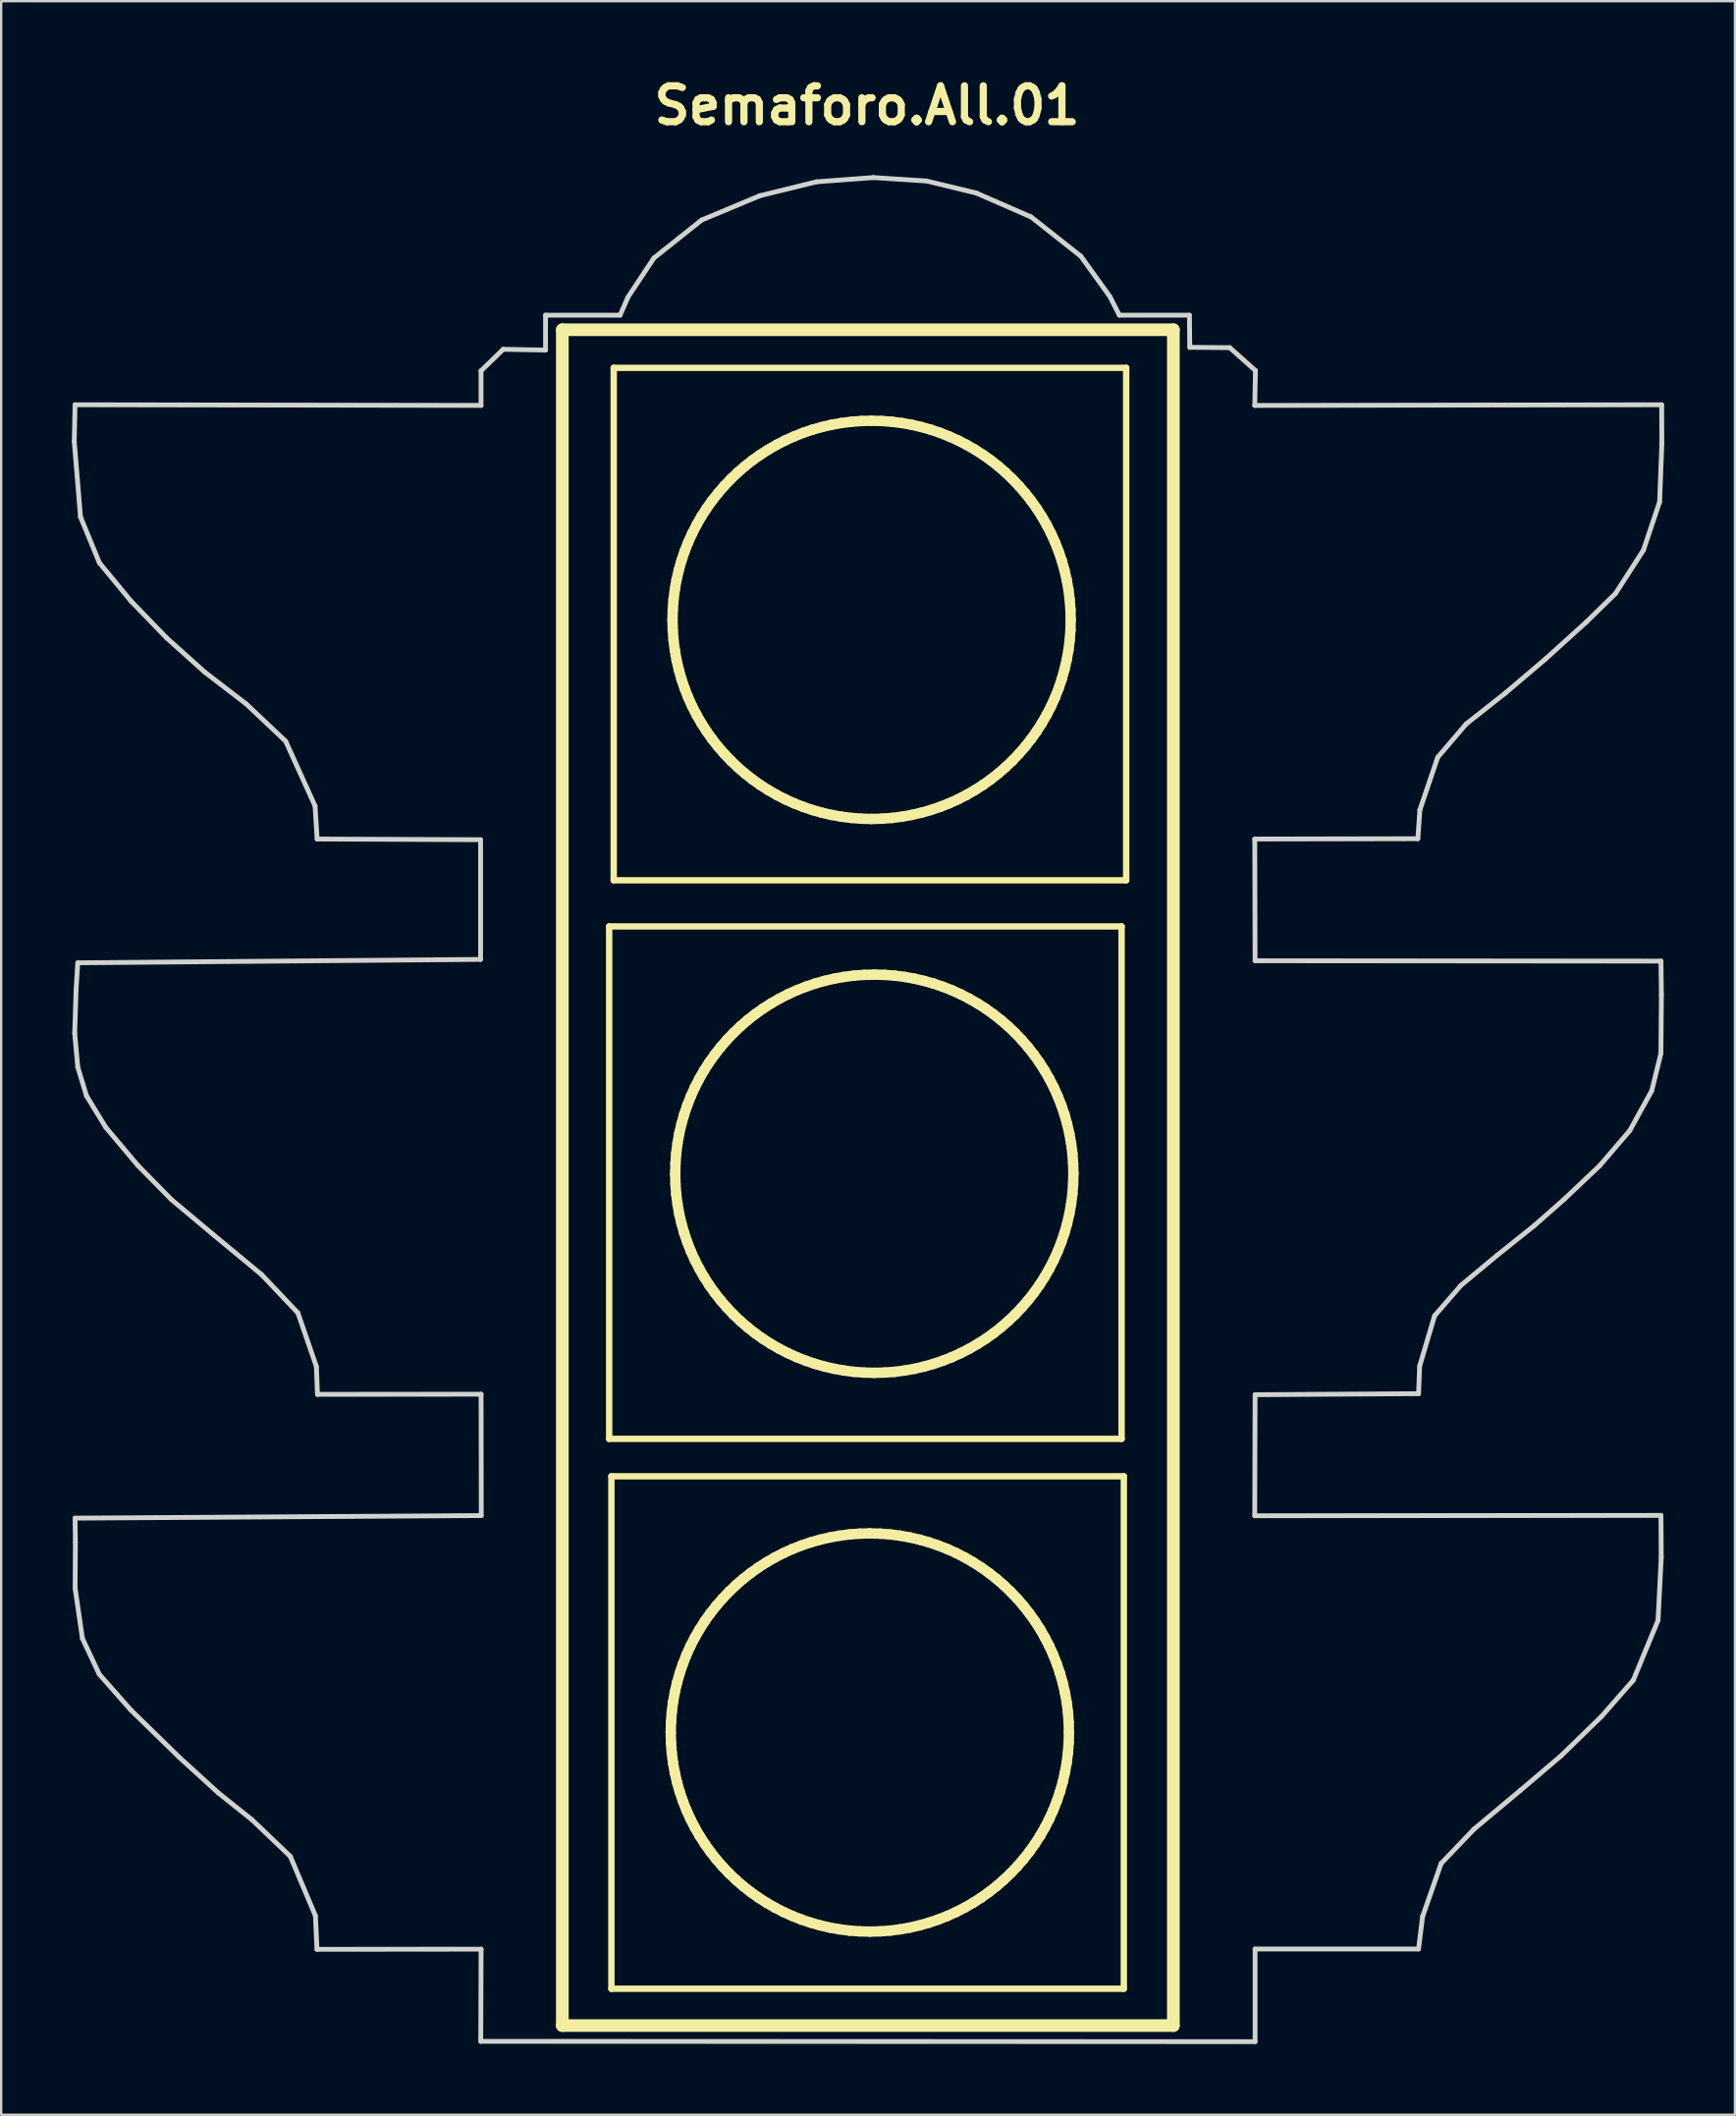
<source format=kicad_pcb>
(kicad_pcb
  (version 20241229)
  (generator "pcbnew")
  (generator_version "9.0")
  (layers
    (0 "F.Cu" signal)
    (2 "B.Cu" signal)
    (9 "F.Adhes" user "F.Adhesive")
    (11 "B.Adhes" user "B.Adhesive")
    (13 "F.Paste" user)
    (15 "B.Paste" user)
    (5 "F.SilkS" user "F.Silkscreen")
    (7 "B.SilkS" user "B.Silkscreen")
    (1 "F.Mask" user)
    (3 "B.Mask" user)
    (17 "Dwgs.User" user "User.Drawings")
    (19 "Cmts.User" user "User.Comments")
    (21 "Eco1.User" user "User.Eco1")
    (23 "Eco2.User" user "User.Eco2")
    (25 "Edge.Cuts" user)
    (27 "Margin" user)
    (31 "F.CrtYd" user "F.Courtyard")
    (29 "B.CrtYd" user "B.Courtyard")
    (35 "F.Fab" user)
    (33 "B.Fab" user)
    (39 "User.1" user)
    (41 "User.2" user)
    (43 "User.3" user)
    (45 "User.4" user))
  (footprint "Semaforo.All.01"
    (layer "F.Cu")
    (at 33.751 44.042)
    (property "Reference" "Semaforo.All.01" (at 0 -42.615 0) (layer "F.SilkS") (effects (font (size 1.524 1.524) (thickness 0.305))))
    (attr smd)
    (fp_line (start -12.933 -33.095) (end 13.003 -33.095) (stroke (width 0.538) (type solid)) (layer "F.SilkS"))
    (fp_line (start -12.933 38.884) (end -12.933 -33.095) (stroke (width 0.538) (type solid)) (layer "F.SilkS"))
    (fp_line (start -10.945 -7.77) (end 10.806 -7.77) (stroke (width 0.271) (type solid)) (layer "F.SilkS"))
    (fp_line (start -10.945 13.981) (end -10.945 -7.77) (stroke (width 0.271) (type solid)) (layer "F.SilkS"))
    (fp_line (start -10.85 15.57) (end 10.901 15.57) (stroke (width 0.271) (type solid)) (layer "F.SilkS"))
    (fp_line (start -10.85 37.321) (end -10.85 15.57) (stroke (width 0.271) (type solid)) (layer "F.SilkS"))
    (fp_line (start -10.751 -31.479) (end 11 -31.479) (stroke (width 0.271) (type solid)) (layer "F.SilkS"))
    (fp_line (start -10.751 -9.728) (end -10.751 -31.479) (stroke (width 0.271) (type solid)) (layer "F.SilkS"))
    (fp_line (start -8.331 26.445) (end -8.32 26.01) (stroke (width 0.441) (type solid)) (layer "F.SilkS"))
    (fp_line (start -8.32 26.01) (end -8.288 25.581) (stroke (width 0.441) (type solid)) (layer "F.SilkS"))
    (fp_line (start -8.32 26.88) (end -8.331 26.445) (stroke (width 0.441) (type solid)) (layer "F.SilkS"))
    (fp_line (start -8.288 25.581) (end -8.234 25.158) (stroke (width 0.441) (type solid)) (layer "F.SilkS"))
    (fp_line (start -8.288 27.309) (end -8.32 26.88) (stroke (width 0.441) (type solid)) (layer "F.SilkS"))
    (fp_line (start -8.256 -20.782) (end -8.245 -21.217) (stroke (width 0.441) (type solid)) (layer "F.SilkS"))
    (fp_line (start -8.245 -21.217) (end -8.213 -21.646) (stroke (width 0.441) (type solid)) (layer "F.SilkS"))
    (fp_line (start -8.245 -20.347) (end -8.256 -20.782) (stroke (width 0.441) (type solid)) (layer "F.SilkS"))
    (fp_line (start -8.234 25.158) (end -8.16 24.742) (stroke (width 0.441) (type solid)) (layer "F.SilkS"))
    (fp_line (start -8.234 27.732) (end -8.288 27.309) (stroke (width 0.441) (type solid)) (layer "F.SilkS"))
    (fp_line (start -8.213 -21.646) (end -8.159 -22.069) (stroke (width 0.441) (type solid)) (layer "F.SilkS"))
    (fp_line (start -8.213 -19.918) (end -8.245 -20.347) (stroke (width 0.441) (type solid)) (layer "F.SilkS"))
    (fp_line (start -8.16 24.742) (end -8.065 24.333) (stroke (width 0.441) (type solid)) (layer "F.SilkS"))
    (fp_line (start -8.16 28.148) (end -8.234 27.732) (stroke (width 0.441) (type solid)) (layer "F.SilkS"))
    (fp_line (start -8.159 -22.069) (end -8.085 -22.485) (stroke (width 0.441) (type solid)) (layer "F.SilkS"))
    (fp_line (start -8.159 -19.495) (end -8.213 -19.918) (stroke (width 0.441) (type solid)) (layer "F.SilkS"))
    (fp_line (start -8.142 2.727) (end -8.131 2.292) (stroke (width 0.441) (type solid)) (layer "F.SilkS"))
    (fp_line (start -8.131 2.292) (end -8.099 1.863) (stroke (width 0.441) (type solid)) (layer "F.SilkS"))
    (fp_line (start -8.131 3.162) (end -8.142 2.727) (stroke (width 0.441) (type solid)) (layer "F.SilkS"))
    (fp_line (start -8.099 1.863) (end -8.045 1.44) (stroke (width 0.441) (type solid)) (layer "F.SilkS"))
    (fp_line (start -8.099 3.591) (end -8.131 3.162) (stroke (width 0.441) (type solid)) (layer "F.SilkS"))
    (fp_line (start -8.085 -22.485) (end -7.99 -22.894) (stroke (width 0.441) (type solid)) (layer "F.SilkS"))
    (fp_line (start -8.085 -19.079) (end -8.159 -19.495) (stroke (width 0.441) (type solid)) (layer "F.SilkS"))
    (fp_line (start -8.065 24.333) (end -7.951 23.932) (stroke (width 0.441) (type solid)) (layer "F.SilkS"))
    (fp_line (start -8.065 28.557) (end -8.16 28.148) (stroke (width 0.441) (type solid)) (layer "F.SilkS"))
    (fp_line (start -8.045 1.44) (end -7.971 1.024) (stroke (width 0.441) (type solid)) (layer "F.SilkS"))
    (fp_line (start -8.045 4.014) (end -8.099 3.591) (stroke (width 0.441) (type solid)) (layer "F.SilkS"))
    (fp_line (start -7.99 -22.894) (end -7.877 -23.295) (stroke (width 0.441) (type solid)) (layer "F.SilkS"))
    (fp_line (start -7.99 -18.67) (end -8.085 -19.079) (stroke (width 0.441) (type solid)) (layer "F.SilkS"))
    (fp_line (start -7.971 1.024) (end -7.876 0.615) (stroke (width 0.441) (type solid)) (layer "F.SilkS"))
    (fp_line (start -7.971 4.43) (end -8.045 4.014) (stroke (width 0.441) (type solid)) (layer "F.SilkS"))
    (fp_line (start -7.951 23.932) (end -7.818 23.539) (stroke (width 0.441) (type solid)) (layer "F.SilkS"))
    (fp_line (start -7.951 28.958) (end -8.065 28.557) (stroke (width 0.441) (type solid)) (layer "F.SilkS"))
    (fp_line (start -7.877 -23.295) (end -7.744 -23.688) (stroke (width 0.441) (type solid)) (layer "F.SilkS"))
    (fp_line (start -7.877 -18.269) (end -7.99 -18.67) (stroke (width 0.441) (type solid)) (layer "F.SilkS"))
    (fp_line (start -7.876 0.615) (end -7.762 0.214) (stroke (width 0.441) (type solid)) (layer "F.SilkS"))
    (fp_line (start -7.876 4.839) (end -7.971 4.43) (stroke (width 0.441) (type solid)) (layer "F.SilkS"))
    (fp_line (start -7.818 23.539) (end -7.667 23.155) (stroke (width 0.441) (type solid)) (layer "F.SilkS"))
    (fp_line (start -7.818 29.351) (end -7.951 28.958) (stroke (width 0.441) (type solid)) (layer "F.SilkS"))
    (fp_line (start -7.762 0.214) (end -7.629 -0.179) (stroke (width 0.441) (type solid)) (layer "F.SilkS"))
    (fp_line (start -7.762 5.24) (end -7.876 4.839) (stroke (width 0.441) (type solid)) (layer "F.SilkS"))
    (fp_line (start -7.744 -23.688) (end -7.592 -24.072) (stroke (width 0.441) (type solid)) (layer "F.SilkS"))
    (fp_line (start -7.744 -17.876) (end -7.877 -18.269) (stroke (width 0.441) (type solid)) (layer "F.SilkS"))
    (fp_line (start -7.667 23.155) (end -7.498 22.781) (stroke (width 0.441) (type solid)) (layer "F.SilkS"))
    (fp_line (start -7.667 29.735) (end -7.818 29.351) (stroke (width 0.441) (type solid)) (layer "F.SilkS"))
    (fp_line (start -7.629 -0.179) (end -7.478 -0.563) (stroke (width 0.441) (type solid)) (layer "F.SilkS"))
    (fp_line (start -7.629 5.633) (end -7.762 5.24) (stroke (width 0.441) (type solid)) (layer "F.SilkS"))
    (fp_line (start -7.592 -24.072) (end -7.423 -24.446) (stroke (width 0.441) (type solid)) (layer "F.SilkS"))
    (fp_line (start -7.592 -17.493) (end -7.744 -17.876) (stroke (width 0.441) (type solid)) (layer "F.SilkS"))
    (fp_line (start -7.498 22.781) (end -7.311 22.417) (stroke (width 0.441) (type solid)) (layer "F.SilkS"))
    (fp_line (start -7.498 30.109) (end -7.667 29.735) (stroke (width 0.441) (type solid)) (layer "F.SilkS"))
    (fp_line (start -7.478 -0.563) (end -7.309 -0.937) (stroke (width 0.441) (type solid)) (layer "F.SilkS"))
    (fp_line (start -7.478 6.017) (end -7.629 5.633) (stroke (width 0.441) (type solid)) (layer "F.SilkS"))
    (fp_line (start -7.423 -24.446) (end -7.236 -24.811) (stroke (width 0.441) (type solid)) (layer "F.SilkS"))
    (fp_line (start -7.423 -17.118) (end -7.592 -17.493) (stroke (width 0.441) (type solid)) (layer "F.SilkS"))
    (fp_line (start -7.311 22.417) (end -7.108 22.063) (stroke (width 0.441) (type solid)) (layer "F.SilkS"))
    (fp_line (start -7.311 30.473) (end -7.498 30.109) (stroke (width 0.441) (type solid)) (layer "F.SilkS"))
    (fp_line (start -7.309 -0.937) (end -7.122 -1.301) (stroke (width 0.441) (type solid)) (layer "F.SilkS"))
    (fp_line (start -7.309 6.391) (end -7.478 6.017) (stroke (width 0.441) (type solid)) (layer "F.SilkS"))
    (fp_line (start -7.236 -24.811) (end -7.033 -25.165) (stroke (width 0.441) (type solid)) (layer "F.SilkS"))
    (fp_line (start -7.236 -16.754) (end -7.423 -17.118) (stroke (width 0.441) (type solid)) (layer "F.SilkS"))
    (fp_line (start -7.122 -1.301) (end -6.919 -1.655) (stroke (width 0.441) (type solid)) (layer "F.SilkS"))
    (fp_line (start -7.122 6.755) (end -7.309 6.391) (stroke (width 0.441) (type solid)) (layer "F.SilkS"))
    (fp_line (start -7.108 22.063) (end -6.888 21.72) (stroke (width 0.441) (type solid)) (layer "F.SilkS"))
    (fp_line (start -7.108 30.827) (end -7.311 30.473) (stroke (width 0.441) (type solid)) (layer "F.SilkS"))
    (fp_line (start -7.033 -25.165) (end -6.813 -25.507) (stroke (width 0.441) (type solid)) (layer "F.SilkS"))
    (fp_line (start -7.033 -16.4) (end -7.236 -16.754) (stroke (width 0.441) (type solid)) (layer "F.SilkS"))
    (fp_line (start -6.919 -1.655) (end -6.699 -1.998) (stroke (width 0.441) (type solid)) (layer "F.SilkS"))
    (fp_line (start -6.919 7.109) (end -7.122 6.755) (stroke (width 0.441) (type solid)) (layer "F.SilkS"))
    (fp_line (start -6.888 21.72) (end -6.652 21.389) (stroke (width 0.441) (type solid)) (layer "F.SilkS"))
    (fp_line (start -6.888 31.17) (end -7.108 30.827) (stroke (width 0.441) (type solid)) (layer "F.SilkS"))
    (fp_line (start -6.813 -25.507) (end -6.578 -25.839) (stroke (width 0.441) (type solid)) (layer "F.SilkS"))
    (fp_line (start -6.813 -16.057) (end -7.033 -16.4) (stroke (width 0.441) (type solid)) (layer "F.SilkS"))
    (fp_line (start -6.699 -1.998) (end -6.463 -2.329) (stroke (width 0.441) (type solid)) (layer "F.SilkS"))
    (fp_line (start -6.699 7.452) (end -6.919 7.109) (stroke (width 0.441) (type solid)) (layer "F.SilkS"))
    (fp_line (start -6.652 21.389) (end -6.401 21.069) (stroke (width 0.441) (type solid)) (layer "F.SilkS"))
    (fp_line (start -6.652 31.502) (end -6.888 31.17) (stroke (width 0.441) (type solid)) (layer "F.SilkS"))
    (fp_line (start -6.578 -25.839) (end -6.327 -26.158) (stroke (width 0.441) (type solid)) (layer "F.SilkS"))
    (fp_line (start -6.578 -15.726) (end -6.813 -16.057) (stroke (width 0.441) (type solid)) (layer "F.SilkS"))
    (fp_line (start -6.463 -2.329) (end -6.212 -2.649) (stroke (width 0.441) (type solid)) (layer "F.SilkS"))
    (fp_line (start -6.463 7.784) (end -6.699 7.452) (stroke (width 0.441) (type solid)) (layer "F.SilkS"))
    (fp_line (start -6.401 21.069) (end -6.136 20.763) (stroke (width 0.441) (type solid)) (layer "F.SilkS"))
    (fp_line (start -6.401 31.821) (end -6.652 31.502) (stroke (width 0.441) (type solid)) (layer "F.SilkS"))
    (fp_line (start -6.327 -26.158) (end -6.061 -26.465) (stroke (width 0.441) (type solid)) (layer "F.SilkS"))
    (fp_line (start -6.327 -15.406) (end -6.578 -15.726) (stroke (width 0.441) (type solid)) (layer "F.SilkS"))
    (fp_line (start -6.212 -2.649) (end -5.947 -2.955) (stroke (width 0.441) (type solid)) (layer "F.SilkS"))
    (fp_line (start -6.212 8.103) (end -6.463 7.784) (stroke (width 0.441) (type solid)) (layer "F.SilkS"))
    (fp_line (start -6.136 20.763) (end -5.856 20.469) (stroke (width 0.441) (type solid)) (layer "F.SilkS"))
    (fp_line (start -6.136 32.127) (end -6.401 31.821) (stroke (width 0.441) (type solid)) (layer "F.SilkS"))
    (fp_line (start -6.061 -26.465) (end -5.781 -26.758) (stroke (width 0.441) (type solid)) (layer "F.SilkS"))
    (fp_line (start -6.061 -15.1) (end -6.327 -15.406) (stroke (width 0.441) (type solid)) (layer "F.SilkS"))
    (fp_line (start -5.947 -2.955) (end -5.667 -3.249) (stroke (width 0.441) (type solid)) (layer "F.SilkS"))
    (fp_line (start -5.947 8.409) (end -6.212 8.103) (stroke (width 0.441) (type solid)) (layer "F.SilkS"))
    (fp_line (start -5.856 20.469) (end -5.562 20.189) (stroke (width 0.441) (type solid)) (layer "F.SilkS"))
    (fp_line (start -5.856 32.421) (end -6.136 32.127) (stroke (width 0.441) (type solid)) (layer "F.SilkS"))
    (fp_line (start -5.781 -26.758) (end -5.488 -27.038) (stroke (width 0.441) (type solid)) (layer "F.SilkS"))
    (fp_line (start -5.781 -14.806) (end -6.061 -15.1) (stroke (width 0.441) (type solid)) (layer "F.SilkS"))
    (fp_line (start -5.667 -3.249) (end -5.373 -3.529) (stroke (width 0.441) (type solid)) (layer "F.SilkS"))
    (fp_line (start -5.667 8.703) (end -5.947 8.409) (stroke (width 0.441) (type solid)) (layer "F.SilkS"))
    (fp_line (start -5.562 20.189) (end -5.256 19.924) (stroke (width 0.441) (type solid)) (layer "F.SilkS"))
    (fp_line (start -5.562 32.701) (end -5.856 32.421) (stroke (width 0.441) (type solid)) (layer "F.SilkS"))
    (fp_line (start -5.488 -27.038) (end -5.181 -27.304) (stroke (width 0.441) (type solid)) (layer "F.SilkS"))
    (fp_line (start -5.488 -14.527) (end -5.781 -14.806) (stroke (width 0.441) (type solid)) (layer "F.SilkS"))
    (fp_line (start -5.373 -3.529) (end -5.067 -3.794) (stroke (width 0.441) (type solid)) (layer "F.SilkS"))
    (fp_line (start -5.373 8.983) (end -5.667 8.703) (stroke (width 0.441) (type solid)) (layer "F.SilkS"))
    (fp_line (start -5.256 19.924) (end -4.937 19.673) (stroke (width 0.441) (type solid)) (layer "F.SilkS"))
    (fp_line (start -5.256 32.966) (end -5.562 32.701) (stroke (width 0.441) (type solid)) (layer "F.SilkS"))
    (fp_line (start -5.181 -27.304) (end -4.862 -27.555) (stroke (width 0.441) (type solid)) (layer "F.SilkS"))
    (fp_line (start -5.181 -14.261) (end -5.488 -14.527) (stroke (width 0.441) (type solid)) (layer "F.SilkS"))
    (fp_line (start -5.067 -3.794) (end -4.748 -4.045) (stroke (width 0.441) (type solid)) (layer "F.SilkS"))
    (fp_line (start -5.067 9.248) (end -5.373 8.983) (stroke (width 0.441) (type solid)) (layer "F.SilkS"))
    (fp_line (start -4.937 19.673) (end -4.605 19.437) (stroke (width 0.441) (type solid)) (layer "F.SilkS"))
    (fp_line (start -4.937 33.217) (end -5.256 32.966) (stroke (width 0.441) (type solid)) (layer "F.SilkS"))
    (fp_line (start -4.862 -27.555) (end -4.53 -27.79) (stroke (width 0.441) (type solid)) (layer "F.SilkS"))
    (fp_line (start -4.862 -14.01) (end -5.181 -14.261) (stroke (width 0.441) (type solid)) (layer "F.SilkS"))
    (fp_line (start -4.748 -4.045) (end -4.416 -4.281) (stroke (width 0.441) (type solid)) (layer "F.SilkS"))
    (fp_line (start -4.748 9.499) (end -5.067 9.248) (stroke (width 0.441) (type solid)) (layer "F.SilkS"))
    (fp_line (start -4.605 33.453) (end -4.937 33.217) (stroke (width 0.441) (type solid)) (layer "F.SilkS"))
    (fp_line (start -4.605 19.437) (end -4.262 19.217) (stroke (width 0.441) (type solid)) (layer "F.SilkS"))
    (fp_line (start -4.53 -13.774) (end -4.862 -14.01) (stroke (width 0.441) (type solid)) (layer "F.SilkS"))
    (fp_line (start -4.53 -27.79) (end -4.188 -28.01) (stroke (width 0.441) (type solid)) (layer "F.SilkS"))
    (fp_line (start -4.416 9.735) (end -4.748 9.499) (stroke (width 0.441) (type solid)) (layer "F.SilkS"))
    (fp_line (start -4.416 -4.281) (end -4.073 -4.501) (stroke (width 0.441) (type solid)) (layer "F.SilkS"))
    (fp_line (start -4.262 19.217) (end -3.908 19.014) (stroke (width 0.441) (type solid)) (layer "F.SilkS"))
    (fp_line (start -4.262 33.673) (end -4.605 33.453) (stroke (width 0.441) (type solid)) (layer "F.SilkS"))
    (fp_line (start -4.188 -28.01) (end -3.834 -28.213) (stroke (width 0.441) (type solid)) (layer "F.SilkS"))
    (fp_line (start -4.188 -13.555) (end -4.53 -13.774) (stroke (width 0.441) (type solid)) (layer "F.SilkS"))
    (fp_line (start -4.073 -4.501) (end -3.719 -4.704) (stroke (width 0.441) (type solid)) (layer "F.SilkS"))
    (fp_line (start -4.073 9.955) (end -4.416 9.735) (stroke (width 0.441) (type solid)) (layer "F.SilkS"))
    (fp_line (start -3.908 19.014) (end -3.544 18.827) (stroke (width 0.441) (type solid)) (layer "F.SilkS"))
    (fp_line (start -3.908 33.876) (end -4.262 33.673) (stroke (width 0.441) (type solid)) (layer "F.SilkS"))
    (fp_line (start -3.834 -28.213) (end -3.469 -28.4) (stroke (width 0.441) (type solid)) (layer "F.SilkS"))
    (fp_line (start -3.834 -13.351) (end -4.188 -13.555) (stroke (width 0.441) (type solid)) (layer "F.SilkS"))
    (fp_line (start -3.719 -4.704) (end -3.355 -4.891) (stroke (width 0.441) (type solid)) (layer "F.SilkS"))
    (fp_line (start -3.719 10.158) (end -4.073 9.955) (stroke (width 0.441) (type solid)) (layer "F.SilkS"))
    (fp_line (start -3.544 18.827) (end -3.17 18.658) (stroke (width 0.441) (type solid)) (layer "F.SilkS"))
    (fp_line (start -3.544 34.063) (end -3.908 33.876) (stroke (width 0.441) (type solid)) (layer "F.SilkS"))
    (fp_line (start -3.469 -28.4) (end -3.095 -28.569) (stroke (width 0.441) (type solid)) (layer "F.SilkS"))
    (fp_line (start -3.469 -13.164) (end -3.834 -13.351) (stroke (width 0.441) (type solid)) (layer "F.SilkS"))
    (fp_line (start -3.355 -4.891) (end -2.981 -5.06) (stroke (width 0.441) (type solid)) (layer "F.SilkS"))
    (fp_line (start -3.355 10.345) (end -3.719 10.158) (stroke (width 0.441) (type solid)) (layer "F.SilkS"))
    (fp_line (start -3.17 18.658) (end -2.786 18.507) (stroke (width 0.441) (type solid)) (layer "F.SilkS"))
    (fp_line (start -3.17 34.232) (end -3.544 34.063) (stroke (width 0.441) (type solid)) (layer "F.SilkS"))
    (fp_line (start -3.095 -28.569) (end -2.711 -28.721) (stroke (width 0.441) (type solid)) (layer "F.SilkS"))
    (fp_line (start -3.095 -12.995) (end -3.469 -13.164) (stroke (width 0.441) (type solid)) (layer "F.SilkS"))
    (fp_line (start -2.981 -5.06) (end -2.597 -5.211) (stroke (width 0.441) (type solid)) (layer "F.SilkS"))
    (fp_line (start -2.981 10.514) (end -3.355 10.345) (stroke (width 0.441) (type solid)) (layer "F.SilkS"))
    (fp_line (start -2.786 18.507) (end -2.393 18.374) (stroke (width 0.441) (type solid)) (layer "F.SilkS"))
    (fp_line (start -2.786 34.383) (end -3.17 34.232) (stroke (width 0.441) (type solid)) (layer "F.SilkS"))
    (fp_line (start -2.711 -28.721) (end -2.318 -28.854) (stroke (width 0.441) (type solid)) (layer "F.SilkS"))
    (fp_line (start -2.711 -12.844) (end -3.095 -12.995) (stroke (width 0.441) (type solid)) (layer "F.SilkS"))
    (fp_line (start -2.597 -5.211) (end -2.204 -5.344) (stroke (width 0.441) (type solid)) (layer "F.SilkS"))
    (fp_line (start -2.597 10.665) (end -2.981 10.514) (stroke (width 0.441) (type solid)) (layer "F.SilkS"))
    (fp_line (start -2.393 18.374) (end -1.992 18.26) (stroke (width 0.441) (type solid)) (layer "F.SilkS"))
    (fp_line (start -2.393 34.516) (end -2.786 34.383) (stroke (width 0.441) (type solid)) (layer "F.SilkS"))
    (fp_line (start -2.318 -28.854) (end -1.917 -28.967) (stroke (width 0.441) (type solid)) (layer "F.SilkS"))
    (fp_line (start -2.318 -12.711) (end -2.711 -12.844) (stroke (width 0.441) (type solid)) (layer "F.SilkS"))
    (fp_line (start -2.204 -5.344) (end -1.803 -5.458) (stroke (width 0.441) (type solid)) (layer "F.SilkS"))
    (fp_line (start -2.204 10.798) (end -2.597 10.665) (stroke (width 0.441) (type solid)) (layer "F.SilkS"))
    (fp_line (start -1.992 18.26) (end -1.583 18.166) (stroke (width 0.441) (type solid)) (layer "F.SilkS"))
    (fp_line (start -1.992 34.63) (end -2.393 34.516) (stroke (width 0.441) (type solid)) (layer "F.SilkS"))
    (fp_line (start -1.917 -28.967) (end -1.508 -29.062) (stroke (width 0.441) (type solid)) (layer "F.SilkS"))
    (fp_line (start -1.917 -12.597) (end -2.318 -12.711) (stroke (width 0.441) (type solid)) (layer "F.SilkS"))
    (fp_line (start -1.803 -5.458) (end -1.394 -5.552) (stroke (width 0.441) (type solid)) (layer "F.SilkS"))
    (fp_line (start -1.803 10.912) (end -2.204 10.798) (stroke (width 0.441) (type solid)) (layer "F.SilkS"))
    (fp_line (start -1.583 18.166) (end -1.167 18.091) (stroke (width 0.441) (type solid)) (layer "F.SilkS"))
    (fp_line (start -1.583 34.725) (end -1.992 34.63) (stroke (width 0.441) (type solid)) (layer "F.SilkS"))
    (fp_line (start -1.508 -29.062) (end -1.092 -29.136) (stroke (width 0.441) (type solid)) (layer "F.SilkS"))
    (fp_line (start -1.508 -12.503) (end -1.917 -12.597) (stroke (width 0.441) (type solid)) (layer "F.SilkS"))
    (fp_line (start -1.394 -5.552) (end -0.978 -5.627) (stroke (width 0.441) (type solid)) (layer "F.SilkS"))
    (fp_line (start -1.394 11.007) (end -1.803 10.912) (stroke (width 0.441) (type solid)) (layer "F.SilkS"))
    (fp_line (start -1.167 18.091) (end -0.744 18.037) (stroke (width 0.441) (type solid)) (layer "F.SilkS"))
    (fp_line (start -1.167 34.799) (end -1.583 34.725) (stroke (width 0.441) (type solid)) (layer "F.SilkS"))
    (fp_line (start -1.092 -29.136) (end -0.669 -29.19) (stroke (width 0.441) (type solid)) (layer "F.SilkS"))
    (fp_line (start -1.092 -12.428) (end -1.508 -12.503) (stroke (width 0.441) (type solid)) (layer "F.SilkS"))
    (fp_line (start -0.978 -5.627) (end -0.555 -5.681) (stroke (width 0.441) (type solid)) (layer "F.SilkS"))
    (fp_line (start -0.978 11.081) (end -1.394 11.007) (stroke (width 0.441) (type solid)) (layer "F.SilkS"))
    (fp_line (start -0.744 18.037) (end -0.315 18.005) (stroke (width 0.441) (type solid)) (layer "F.SilkS"))
    (fp_line (start -0.744 34.853) (end -1.167 34.799) (stroke (width 0.441) (type solid)) (layer "F.SilkS"))
    (fp_line (start -0.669 -29.19) (end -0.24 -29.222) (stroke (width 0.441) (type solid)) (layer "F.SilkS"))
    (fp_line (start -0.669 -12.375) (end -1.092 -12.428) (stroke (width 0.441) (type solid)) (layer "F.SilkS"))
    (fp_line (start -0.555 -5.681) (end -0.126 -5.713) (stroke (width 0.441) (type solid)) (layer "F.SilkS"))
    (fp_line (start -0.555 11.135) (end -0.978 11.081) (stroke (width 0.441) (type solid)) (layer "F.SilkS"))
    (fp_line (start -0.315 18.005) (end 0.12 17.994) (stroke (width 0.441) (type solid)) (layer "F.SilkS"))
    (fp_line (start -0.315 34.885) (end -0.744 34.853) (stroke (width 0.441) (type solid)) (layer "F.SilkS"))
    (fp_line (start -0.24 -29.222) (end 0.195 -29.233) (stroke (width 0.441) (type solid)) (layer "F.SilkS"))
    (fp_line (start -0.24 -12.342) (end -0.669 -12.375) (stroke (width 0.441) (type solid)) (layer "F.SilkS"))
    (fp_line (start -0.126 -5.713) (end 0.309 -5.724) (stroke (width 0.441) (type solid)) (layer "F.SilkS"))
    (fp_line (start -0.126 11.167) (end -0.555 11.135) (stroke (width 0.441) (type solid)) (layer "F.SilkS"))
    (fp_line (start 0.12 17.994) (end 0.555 18.005) (stroke (width 0.441) (type solid)) (layer "F.SilkS"))
    (fp_line (start 0.12 34.896) (end -0.315 34.885) (stroke (width 0.441) (type solid)) (layer "F.SilkS"))
    (fp_line (start 0.195 -29.233) (end 0.63 -29.222) (stroke (width 0.441) (type solid)) (layer "F.SilkS"))
    (fp_line (start 0.195 -12.331) (end -0.24 -12.342) (stroke (width 0.441) (type solid)) (layer "F.SilkS"))
    (fp_line (start 0.309 -5.724) (end 0.744 -5.713) (stroke (width 0.441) (type solid)) (layer "F.SilkS"))
    (fp_line (start 0.309 11.178) (end -0.126 11.167) (stroke (width 0.441) (type solid)) (layer "F.SilkS"))
    (fp_line (start 0.555 18.005) (end 0.984 18.037) (stroke (width 0.441) (type solid)) (layer "F.SilkS"))
    (fp_line (start 0.555 34.885) (end 0.12 34.896) (stroke (width 0.441) (type solid)) (layer "F.SilkS"))
    (fp_line (start 0.63 -29.222) (end 1.059 -29.19) (stroke (width 0.441) (type solid)) (layer "F.SilkS"))
    (fp_line (start 0.63 -12.342) (end 0.195 -12.331) (stroke (width 0.441) (type solid)) (layer "F.SilkS"))
    (fp_line (start 0.744 -5.713) (end 1.173 -5.681) (stroke (width 0.441) (type solid)) (layer "F.SilkS"))
    (fp_line (start 0.744 11.167) (end 0.309 11.178) (stroke (width 0.441) (type solid)) (layer "F.SilkS"))
    (fp_line (start 0.984 18.037) (end 1.407 18.091) (stroke (width 0.441) (type solid)) (layer "F.SilkS"))
    (fp_line (start 0.984 34.853) (end 0.555 34.885) (stroke (width 0.441) (type solid)) (layer "F.SilkS"))
    (fp_line (start 1.059 -29.19) (end 1.482 -29.136) (stroke (width 0.441) (type solid)) (layer "F.SilkS"))
    (fp_line (start 1.059 -12.375) (end 0.63 -12.342) (stroke (width 0.441) (type solid)) (layer "F.SilkS"))
    (fp_line (start 1.173 -5.681) (end 1.596 -5.627) (stroke (width 0.441) (type solid)) (layer "F.SilkS"))
    (fp_line (start 1.173 11.135) (end 0.744 11.167) (stroke (width 0.441) (type solid)) (layer "F.SilkS"))
    (fp_line (start 1.407 18.091) (end 1.823 18.166) (stroke (width 0.441) (type solid)) (layer "F.SilkS"))
    (fp_line (start 1.407 34.799) (end 0.984 34.853) (stroke (width 0.441) (type solid)) (layer "F.SilkS"))
    (fp_line (start 1.482 -29.136) (end 1.898 -29.062) (stroke (width 0.441) (type solid)) (layer "F.SilkS"))
    (fp_line (start 1.482 -12.428) (end 1.059 -12.375) (stroke (width 0.441) (type solid)) (layer "F.SilkS"))
    (fp_line (start 1.596 -5.627) (end 2.012 -5.552) (stroke (width 0.441) (type solid)) (layer "F.SilkS"))
    (fp_line (start 1.596 11.081) (end 1.173 11.135) (stroke (width 0.441) (type solid)) (layer "F.SilkS"))
    (fp_line (start 1.823 18.166) (end 2.232 18.26) (stroke (width 0.441) (type solid)) (layer "F.SilkS"))
    (fp_line (start 1.823 34.725) (end 1.407 34.799) (stroke (width 0.441) (type solid)) (layer "F.SilkS"))
    (fp_line (start 1.898 -29.062) (end 2.307 -28.967) (stroke (width 0.441) (type solid)) (layer "F.SilkS"))
    (fp_line (start 1.898 -12.503) (end 1.482 -12.428) (stroke (width 0.441) (type solid)) (layer "F.SilkS"))
    (fp_line (start 2.012 -5.552) (end 2.421 -5.458) (stroke (width 0.441) (type solid)) (layer "F.SilkS"))
    (fp_line (start 2.012 11.007) (end 1.596 11.081) (stroke (width 0.441) (type solid)) (layer "F.SilkS"))
    (fp_line (start 2.232 18.26) (end 2.633 18.374) (stroke (width 0.441) (type solid)) (layer "F.SilkS"))
    (fp_line (start 2.232 34.63) (end 1.823 34.725) (stroke (width 0.441) (type solid)) (layer "F.SilkS"))
    (fp_line (start 2.307 -28.967) (end 2.708 -28.854) (stroke (width 0.441) (type solid)) (layer "F.SilkS"))
    (fp_line (start 2.307 -12.597) (end 1.898 -12.503) (stroke (width 0.441) (type solid)) (layer "F.SilkS"))
    (fp_line (start 2.421 -5.458) (end 2.822 -5.344) (stroke (width 0.441) (type solid)) (layer "F.SilkS"))
    (fp_line (start 2.421 10.912) (end 2.012 11.007) (stroke (width 0.441) (type solid)) (layer "F.SilkS"))
    (fp_line (start 2.633 18.374) (end 3.026 18.507) (stroke (width 0.441) (type solid)) (layer "F.SilkS"))
    (fp_line (start 2.633 34.516) (end 2.232 34.63) (stroke (width 0.441) (type solid)) (layer "F.SilkS"))
    (fp_line (start 2.708 -28.854) (end 3.101 -28.721) (stroke (width 0.441) (type solid)) (layer "F.SilkS"))
    (fp_line (start 2.708 -12.711) (end 2.307 -12.597) (stroke (width 0.441) (type solid)) (layer "F.SilkS"))
    (fp_line (start 2.822 -5.344) (end 3.215 -5.211) (stroke (width 0.441) (type solid)) (layer "F.SilkS"))
    (fp_line (start 2.822 10.798) (end 2.421 10.912) (stroke (width 0.441) (type solid)) (layer "F.SilkS"))
    (fp_line (start 3.026 18.507) (end 3.41 18.658) (stroke (width 0.441) (type solid)) (layer "F.SilkS"))
    (fp_line (start 3.026 34.383) (end 2.633 34.516) (stroke (width 0.441) (type solid)) (layer "F.SilkS"))
    (fp_line (start 3.101 -28.721) (end 3.484 -28.569) (stroke (width 0.441) (type solid)) (layer "F.SilkS"))
    (fp_line (start 3.101 -12.844) (end 2.708 -12.711) (stroke (width 0.441) (type solid)) (layer "F.SilkS"))
    (fp_line (start 3.215 -5.211) (end 3.599 -5.06) (stroke (width 0.441) (type solid)) (layer "F.SilkS"))
    (fp_line (start 3.215 10.665) (end 2.822 10.798) (stroke (width 0.441) (type solid)) (layer "F.SilkS"))
    (fp_line (start 3.41 18.658) (end 3.784 18.827) (stroke (width 0.441) (type solid)) (layer "F.SilkS"))
    (fp_line (start 3.41 34.232) (end 3.026 34.383) (stroke (width 0.441) (type solid)) (layer "F.SilkS"))
    (fp_line (start 3.484 -28.569) (end 3.859 -28.4) (stroke (width 0.441) (type solid)) (layer "F.SilkS"))
    (fp_line (start 3.484 -12.995) (end 3.101 -12.844) (stroke (width 0.441) (type solid)) (layer "F.SilkS"))
    (fp_line (start 3.599 -5.06) (end 3.973 -4.891) (stroke (width 0.441) (type solid)) (layer "F.SilkS"))
    (fp_line (start 3.599 10.514) (end 3.215 10.665) (stroke (width 0.441) (type solid)) (layer "F.SilkS"))
    (fp_line (start 3.784 18.827) (end 4.148 19.014) (stroke (width 0.441) (type solid)) (layer "F.SilkS"))
    (fp_line (start 3.784 34.063) (end 3.41 34.232) (stroke (width 0.441) (type solid)) (layer "F.SilkS"))
    (fp_line (start 3.859 -28.4) (end 4.223 -28.213) (stroke (width 0.441) (type solid)) (layer "F.SilkS"))
    (fp_line (start 3.859 -13.164) (end 3.484 -12.995) (stroke (width 0.441) (type solid)) (layer "F.SilkS"))
    (fp_line (start 3.973 -4.891) (end 4.337 -4.704) (stroke (width 0.441) (type solid)) (layer "F.SilkS"))
    (fp_line (start 3.973 10.345) (end 3.599 10.514) (stroke (width 0.441) (type solid)) (layer "F.SilkS"))
    (fp_line (start 4.148 19.014) (end 4.502 19.217) (stroke (width 0.441) (type solid)) (layer "F.SilkS"))
    (fp_line (start 4.148 33.876) (end 3.784 34.063) (stroke (width 0.441) (type solid)) (layer "F.SilkS"))
    (fp_line (start 4.223 -28.213) (end 4.577 -28.01) (stroke (width 0.441) (type solid)) (layer "F.SilkS"))
    (fp_line (start 4.223 -13.351) (end 3.859 -13.164) (stroke (width 0.441) (type solid)) (layer "F.SilkS"))
    (fp_line (start 4.337 -4.704) (end 4.691 -4.501) (stroke (width 0.441) (type solid)) (layer "F.SilkS"))
    (fp_line (start 4.337 10.158) (end 3.973 10.345) (stroke (width 0.441) (type solid)) (layer "F.SilkS"))
    (fp_line (start 4.502 19.217) (end 4.845 19.437) (stroke (width 0.441) (type solid)) (layer "F.SilkS"))
    (fp_line (start 4.502 33.673) (end 4.148 33.876) (stroke (width 0.441) (type solid)) (layer "F.SilkS"))
    (fp_line (start 4.577 -28.01) (end 4.92 -27.79) (stroke (width 0.441) (type solid)) (layer "F.SilkS"))
    (fp_line (start 4.577 -13.555) (end 4.223 -13.351) (stroke (width 0.441) (type solid)) (layer "F.SilkS"))
    (fp_line (start 4.691 -4.501) (end 5.034 -4.281) (stroke (width 0.441) (type solid)) (layer "F.SilkS"))
    (fp_line (start 4.691 9.955) (end 4.337 10.158) (stroke (width 0.441) (type solid)) (layer "F.SilkS"))
    (fp_line (start 4.845 19.437) (end 5.176 19.673) (stroke (width 0.441) (type solid)) (layer "F.SilkS"))
    (fp_line (start 4.845 33.453) (end 4.502 33.673) (stroke (width 0.441) (type solid)) (layer "F.SilkS"))
    (fp_line (start 4.92 -27.79) (end 5.251 -27.555) (stroke (width 0.441) (type solid)) (layer "F.SilkS"))
    (fp_line (start 4.92 -13.774) (end 4.577 -13.555) (stroke (width 0.441) (type solid)) (layer "F.SilkS"))
    (fp_line (start 5.034 -4.281) (end 5.365 -4.045) (stroke (width 0.441) (type solid)) (layer "F.SilkS"))
    (fp_line (start 5.034 9.735) (end 4.691 9.955) (stroke (width 0.441) (type solid)) (layer "F.SilkS"))
    (fp_line (start 5.176 19.673) (end 5.496 19.924) (stroke (width 0.441) (type solid)) (layer "F.SilkS"))
    (fp_line (start 5.176 33.217) (end 4.845 33.453) (stroke (width 0.441) (type solid)) (layer "F.SilkS"))
    (fp_line (start 5.251 -27.555) (end 5.571 -27.304) (stroke (width 0.441) (type solid)) (layer "F.SilkS"))
    (fp_line (start 5.251 -14.01) (end 4.92 -13.774) (stroke (width 0.441) (type solid)) (layer "F.SilkS"))
    (fp_line (start 5.365 -4.045) (end 5.685 -3.794) (stroke (width 0.441) (type solid)) (layer "F.SilkS"))
    (fp_line (start 5.365 9.499) (end 5.034 9.735) (stroke (width 0.441) (type solid)) (layer "F.SilkS"))
    (fp_line (start 5.496 19.924) (end 5.802 20.189) (stroke (width 0.441) (type solid)) (layer "F.SilkS"))
    (fp_line (start 5.496 32.966) (end 5.176 33.217) (stroke (width 0.441) (type solid)) (layer "F.SilkS"))
    (fp_line (start 5.571 -27.304) (end 5.877 -27.038) (stroke (width 0.441) (type solid)) (layer "F.SilkS"))
    (fp_line (start 5.571 -14.261) (end 5.251 -14.01) (stroke (width 0.441) (type solid)) (layer "F.SilkS"))
    (fp_line (start 5.685 -3.794) (end 5.991 -3.529) (stroke (width 0.441) (type solid)) (layer "F.SilkS"))
    (fp_line (start 5.685 9.248) (end 5.365 9.499) (stroke (width 0.441) (type solid)) (layer "F.SilkS"))
    (fp_line (start 5.802 20.189) (end 6.096 20.469) (stroke (width 0.441) (type solid)) (layer "F.SilkS"))
    (fp_line (start 5.802 32.701) (end 5.496 32.966) (stroke (width 0.441) (type solid)) (layer "F.SilkS"))
    (fp_line (start 5.877 -27.038) (end 6.171 -26.758) (stroke (width 0.441) (type solid)) (layer "F.SilkS"))
    (fp_line (start 5.877 -14.527) (end 5.571 -14.261) (stroke (width 0.441) (type solid)) (layer "F.SilkS"))
    (fp_line (start 5.991 -3.529) (end 6.285 -3.249) (stroke (width 0.441) (type solid)) (layer "F.SilkS"))
    (fp_line (start 5.991 8.983) (end 5.685 9.248) (stroke (width 0.441) (type solid)) (layer "F.SilkS"))
    (fp_line (start 6.096 20.469) (end 6.376 20.763) (stroke (width 0.441) (type solid)) (layer "F.SilkS"))
    (fp_line (start 6.096 32.421) (end 5.802 32.701) (stroke (width 0.441) (type solid)) (layer "F.SilkS"))
    (fp_line (start 6.171 -26.758) (end 6.45 -26.465) (stroke (width 0.441) (type solid)) (layer "F.SilkS"))
    (fp_line (start 6.171 -14.806) (end 5.877 -14.527) (stroke (width 0.441) (type solid)) (layer "F.SilkS"))
    (fp_line (start 6.285 -3.249) (end 6.565 -2.955) (stroke (width 0.441) (type solid)) (layer "F.SilkS"))
    (fp_line (start 6.285 8.703) (end 5.991 8.983) (stroke (width 0.441) (type solid)) (layer "F.SilkS"))
    (fp_line (start 6.376 20.763) (end 6.641 21.069) (stroke (width 0.441) (type solid)) (layer "F.SilkS"))
    (fp_line (start 6.376 32.127) (end 6.096 32.421) (stroke (width 0.441) (type solid)) (layer "F.SilkS"))
    (fp_line (start 6.45 -26.465) (end 6.716 -26.158) (stroke (width 0.441) (type solid)) (layer "F.SilkS"))
    (fp_line (start 6.45 -15.1) (end 6.171 -14.806) (stroke (width 0.441) (type solid)) (layer "F.SilkS"))
    (fp_line (start 6.565 -2.955) (end 6.83 -2.649) (stroke (width 0.441) (type solid)) (layer "F.SilkS"))
    (fp_line (start 6.565 8.409) (end 6.285 8.703) (stroke (width 0.441) (type solid)) (layer "F.SilkS"))
    (fp_line (start 6.641 21.069) (end 6.892 21.389) (stroke (width 0.441) (type solid)) (layer "F.SilkS"))
    (fp_line (start 6.641 31.821) (end 6.376 32.127) (stroke (width 0.441) (type solid)) (layer "F.SilkS"))
    (fp_line (start 6.716 -26.158) (end 6.967 -25.839) (stroke (width 0.441) (type solid)) (layer "F.SilkS"))
    (fp_line (start 6.716 -15.406) (end 6.45 -15.1) (stroke (width 0.441) (type solid)) (layer "F.SilkS"))
    (fp_line (start 6.83 -2.649) (end 7.081 -2.329) (stroke (width 0.441) (type solid)) (layer "F.SilkS"))
    (fp_line (start 6.83 8.103) (end 6.565 8.409) (stroke (width 0.441) (type solid)) (layer "F.SilkS"))
    (fp_line (start 6.892 21.389) (end 7.128 21.72) (stroke (width 0.441) (type solid)) (layer "F.SilkS"))
    (fp_line (start 6.892 31.502) (end 6.641 31.821) (stroke (width 0.441) (type solid)) (layer "F.SilkS"))
    (fp_line (start 6.967 -25.839) (end 7.203 -25.507) (stroke (width 0.441) (type solid)) (layer "F.SilkS"))
    (fp_line (start 6.967 -15.726) (end 6.716 -15.406) (stroke (width 0.441) (type solid)) (layer "F.SilkS"))
    (fp_line (start 7.081 -2.329) (end 7.317 -1.998) (stroke (width 0.441) (type solid)) (layer "F.SilkS"))
    (fp_line (start 7.081 7.784) (end 6.83 8.103) (stroke (width 0.441) (type solid)) (layer "F.SilkS"))
    (fp_line (start 7.128 21.72) (end 7.348 22.063) (stroke (width 0.441) (type solid)) (layer "F.SilkS"))
    (fp_line (start 7.128 31.17) (end 6.892 31.502) (stroke (width 0.441) (type solid)) (layer "F.SilkS"))
    (fp_line (start 7.203 -25.507) (end 7.422 -25.165) (stroke (width 0.441) (type solid)) (layer "F.SilkS"))
    (fp_line (start 7.203 -16.057) (end 6.967 -15.726) (stroke (width 0.441) (type solid)) (layer "F.SilkS"))
    (fp_line (start 7.317 -1.998) (end 7.537 -1.655) (stroke (width 0.441) (type solid)) (layer "F.SilkS"))
    (fp_line (start 7.317 7.452) (end 7.081 7.784) (stroke (width 0.441) (type solid)) (layer "F.SilkS"))
    (fp_line (start 7.348 22.063) (end 7.551 22.417) (stroke (width 0.441) (type solid)) (layer "F.SilkS"))
    (fp_line (start 7.348 30.827) (end 7.128 31.17) (stroke (width 0.441) (type solid)) (layer "F.SilkS"))
    (fp_line (start 7.422 -25.165) (end 7.626 -24.811) (stroke (width 0.441) (type solid)) (layer "F.SilkS"))
    (fp_line (start 7.422 -16.4) (end 7.203 -16.057) (stroke (width 0.441) (type solid)) (layer "F.SilkS"))
    (fp_line (start 7.537 -1.655) (end 7.74 -1.301) (stroke (width 0.441) (type solid)) (layer "F.SilkS"))
    (fp_line (start 7.537 7.109) (end 7.317 7.452) (stroke (width 0.441) (type solid)) (layer "F.SilkS"))
    (fp_line (start 7.551 22.417) (end 7.738 22.781) (stroke (width 0.441) (type solid)) (layer "F.SilkS"))
    (fp_line (start 7.551 30.473) (end 7.348 30.827) (stroke (width 0.441) (type solid)) (layer "F.SilkS"))
    (fp_line (start 7.626 -24.811) (end 7.813 -24.446) (stroke (width 0.441) (type solid)) (layer "F.SilkS"))
    (fp_line (start 7.626 -16.754) (end 7.422 -16.4) (stroke (width 0.441) (type solid)) (layer "F.SilkS"))
    (fp_line (start 7.738 22.781) (end 7.907 23.155) (stroke (width 0.441) (type solid)) (layer "F.SilkS"))
    (fp_line (start 7.738 30.109) (end 7.551 30.473) (stroke (width 0.441) (type solid)) (layer "F.SilkS"))
    (fp_line (start 7.74 -1.301) (end 7.927 -0.937) (stroke (width 0.441) (type solid)) (layer "F.SilkS"))
    (fp_line (start 7.74 6.755) (end 7.537 7.109) (stroke (width 0.441) (type solid)) (layer "F.SilkS"))
    (fp_line (start 7.813 -24.446) (end 7.982 -24.072) (stroke (width 0.441) (type solid)) (layer "F.SilkS"))
    (fp_line (start 7.813 -17.118) (end 7.626 -16.754) (stroke (width 0.441) (type solid)) (layer "F.SilkS"))
    (fp_line (start 7.907 23.155) (end 8.058 23.539) (stroke (width 0.441) (type solid)) (layer "F.SilkS"))
    (fp_line (start 7.907 29.735) (end 7.738 30.109) (stroke (width 0.441) (type solid)) (layer "F.SilkS"))
    (fp_line (start 7.927 -0.937) (end 8.096 -0.563) (stroke (width 0.441) (type solid)) (layer "F.SilkS"))
    (fp_line (start 7.927 6.391) (end 7.74 6.755) (stroke (width 0.441) (type solid)) (layer "F.SilkS"))
    (fp_line (start 7.982 -24.072) (end 8.133 -23.688) (stroke (width 0.441) (type solid)) (layer "F.SilkS"))
    (fp_line (start 7.982 -17.493) (end 7.813 -17.118) (stroke (width 0.441) (type solid)) (layer "F.SilkS"))
    (fp_line (start 8.058 23.539) (end 8.191 23.932) (stroke (width 0.441) (type solid)) (layer "F.SilkS"))
    (fp_line (start 8.058 29.351) (end 7.907 29.735) (stroke (width 0.441) (type solid)) (layer "F.SilkS"))
    (fp_line (start 8.096 -0.563) (end 8.247 -0.179) (stroke (width 0.441) (type solid)) (layer "F.SilkS"))
    (fp_line (start 8.096 6.017) (end 7.927 6.391) (stroke (width 0.441) (type solid)) (layer "F.SilkS"))
    (fp_line (start 8.133 -23.688) (end 8.266 -23.295) (stroke (width 0.441) (type solid)) (layer "F.SilkS"))
    (fp_line (start 8.133 -17.876) (end 7.982 -17.493) (stroke (width 0.441) (type solid)) (layer "F.SilkS"))
    (fp_line (start 8.191 23.932) (end 8.305 24.333) (stroke (width 0.441) (type solid)) (layer "F.SilkS"))
    (fp_line (start 8.191 28.958) (end 8.058 29.351) (stroke (width 0.441) (type solid)) (layer "F.SilkS"))
    (fp_line (start 8.247 -0.179) (end 8.38 0.214) (stroke (width 0.441) (type solid)) (layer "F.SilkS"))
    (fp_line (start 8.247 5.633) (end 8.096 6.017) (stroke (width 0.441) (type solid)) (layer "F.SilkS"))
    (fp_line (start 8.266 -23.295) (end 8.38 -22.894) (stroke (width 0.441) (type solid)) (layer "F.SilkS"))
    (fp_line (start 8.266 -18.269) (end 8.133 -17.876) (stroke (width 0.441) (type solid)) (layer "F.SilkS"))
    (fp_line (start 8.305 24.333) (end 8.399 24.742) (stroke (width 0.441) (type solid)) (layer "F.SilkS"))
    (fp_line (start 8.305 28.557) (end 8.191 28.958) (stroke (width 0.441) (type solid)) (layer "F.SilkS"))
    (fp_line (start 8.38 -22.894) (end 8.474 -22.485) (stroke (width 0.441) (type solid)) (layer "F.SilkS"))
    (fp_line (start 8.38 -18.67) (end 8.266 -18.269) (stroke (width 0.441) (type solid)) (layer "F.SilkS"))
    (fp_line (start 8.38 0.214) (end 8.494 0.615) (stroke (width 0.441) (type solid)) (layer "F.SilkS"))
    (fp_line (start 8.38 5.24) (end 8.247 5.633) (stroke (width 0.441) (type solid)) (layer "F.SilkS"))
    (fp_line (start 8.399 24.742) (end 8.474 25.158) (stroke (width 0.441) (type solid)) (layer "F.SilkS"))
    (fp_line (start 8.399 28.148) (end 8.305 28.557) (stroke (width 0.441) (type solid)) (layer "F.SilkS"))
    (fp_line (start 8.474 25.158) (end 8.528 25.581) (stroke (width 0.441) (type solid)) (layer "F.SilkS"))
    (fp_line (start 8.474 27.732) (end 8.399 28.148) (stroke (width 0.441) (type solid)) (layer "F.SilkS"))
    (fp_line (start 8.474 -22.485) (end 8.549 -22.069) (stroke (width 0.441) (type solid)) (layer "F.SilkS"))
    (fp_line (start 8.474 -19.079) (end 8.38 -18.67) (stroke (width 0.441) (type solid)) (layer "F.SilkS"))
    (fp_line (start 8.494 0.615) (end 8.588 1.024) (stroke (width 0.441) (type solid)) (layer "F.SilkS"))
    (fp_line (start 8.494 4.839) (end 8.38 5.24) (stroke (width 0.441) (type solid)) (layer "F.SilkS"))
    (fp_line (start 8.528 25.581) (end 8.56 26.01) (stroke (width 0.441) (type solid)) (layer "F.SilkS"))
    (fp_line (start 8.528 27.309) (end 8.474 27.732) (stroke (width 0.441) (type solid)) (layer "F.SilkS"))
    (fp_line (start 8.549 -22.069) (end 8.602 -21.646) (stroke (width 0.441) (type solid)) (layer "F.SilkS"))
    (fp_line (start 8.549 -19.495) (end 8.474 -19.079) (stroke (width 0.441) (type solid)) (layer "F.SilkS"))
    (fp_line (start 8.56 26.01) (end 8.571 26.445) (stroke (width 0.441) (type solid)) (layer "F.SilkS"))
    (fp_line (start 8.56 26.88) (end 8.528 27.309) (stroke (width 0.441) (type solid)) (layer "F.SilkS"))
    (fp_line (start 8.571 26.445) (end 8.56 26.88) (stroke (width 0.441) (type solid)) (layer "F.SilkS"))
    (fp_line (start 8.588 1.024) (end 8.663 1.44) (stroke (width 0.441) (type solid)) (layer "F.SilkS"))
    (fp_line (start 8.588 4.43) (end 8.494 4.839) (stroke (width 0.441) (type solid)) (layer "F.SilkS"))
    (fp_line (start 8.602 -21.646) (end 8.635 -21.217) (stroke (width 0.441) (type solid)) (layer "F.SilkS"))
    (fp_line (start 8.602 -19.918) (end 8.549 -19.495) (stroke (width 0.441) (type solid)) (layer "F.SilkS"))
    (fp_line (start 8.635 -21.217) (end 8.646 -20.782) (stroke (width 0.441) (type solid)) (layer "F.SilkS"))
    (fp_line (start 8.635 -20.347) (end 8.602 -19.918) (stroke (width 0.441) (type solid)) (layer "F.SilkS"))
    (fp_line (start 8.646 -20.782) (end 8.635 -20.347) (stroke (width 0.441) (type solid)) (layer "F.SilkS"))
    (fp_line (start 8.663 1.44) (end 8.717 1.863) (stroke (width 0.441) (type solid)) (layer "F.SilkS"))
    (fp_line (start 8.663 4.014) (end 8.588 4.43) (stroke (width 0.441) (type solid)) (layer "F.SilkS"))
    (fp_line (start 8.717 1.863) (end 8.749 2.292) (stroke (width 0.441) (type solid)) (layer "F.SilkS"))
    (fp_line (start 8.717 3.591) (end 8.663 4.014) (stroke (width 0.441) (type solid)) (layer "F.SilkS"))
    (fp_line (start 8.749 2.292) (end 8.76 2.727) (stroke (width 0.441) (type solid)) (layer "F.SilkS"))
    (fp_line (start 8.749 3.162) (end 8.717 3.591) (stroke (width 0.441) (type solid)) (layer "F.SilkS"))
    (fp_line (start 8.76 2.727) (end 8.749 3.162) (stroke (width 0.441) (type solid)) (layer "F.SilkS"))
    (fp_line (start 10.806 -7.77) (end 10.806 13.981) (stroke (width 0.271) (type solid)) (layer "F.SilkS"))
    (fp_line (start 10.806 13.981) (end -10.945 13.981) (stroke (width 0.271) (type solid)) (layer "F.SilkS"))
    (fp_line (start 10.901 15.57) (end 10.901 37.321) (stroke (width 0.271) (type solid)) (layer "F.SilkS"))
    (fp_line (start 10.901 37.321) (end -10.85 37.321) (stroke (width 0.271) (type solid)) (layer "F.SilkS"))
    (fp_line (start 11 -31.479) (end 11 -9.728) (stroke (width 0.271) (type solid)) (layer "F.SilkS"))
    (fp_line (start 11 -9.728) (end -10.751 -9.728) (stroke (width 0.271) (type solid)) (layer "F.SilkS"))
    (fp_line (start 13.003 -33.095) (end 13.003 38.884) (stroke (width 0.538) (type solid)) (layer "F.SilkS"))
    (fp_line (start 13.003 38.884) (end -12.933 38.884) (stroke (width 0.538) (type solid)) (layer "F.SilkS"))
    (fp_line (start -33.649 -28.35) (end -33.384 -25.151) (stroke (width 0.204) (type solid)) (layer "Edge.Cuts"))
    (fp_line (start -33.631 -3.241) (end -33.5 -1.796) (stroke (width 0.204) (type solid)) (layer "Edge.Cuts"))
    (fp_line (start -33.616 17.346) (end -33.601 18.365) (stroke (width 0.204) (type solid)) (layer "Edge.Cuts"))
    (fp_line (start -33.616 -29.912) (end -33.649 -28.35) (stroke (width 0.204) (type solid)) (layer "Edge.Cuts"))
    (fp_line (start -33.613 20.318) (end -33.302 22.455) (stroke (width 0.204) (type solid)) (layer "Edge.Cuts"))
    (fp_line (start -33.601 18.365) (end -33.613 20.318) (stroke (width 0.204) (type solid)) (layer "Edge.Cuts"))
    (fp_line (start -33.57 -5.117) (end -33.631 -3.241) (stroke (width 0.204) (type solid)) (layer "Edge.Cuts"))
    (fp_line (start -33.5 -1.796) (end -33.13 -0.579) (stroke (width 0.204) (type solid)) (layer "Edge.Cuts"))
    (fp_line (start -33.5 -6.225) (end -33.57 -5.117) (stroke (width 0.204) (type solid)) (layer "Edge.Cuts"))
    (fp_line (start -33.384 -25.151) (end -32.582 -23.203) (stroke (width 0.204) (type solid)) (layer "Edge.Cuts"))
    (fp_line (start -33.302 22.455) (end -32.587 23.973) (stroke (width 0.204) (type solid)) (layer "Edge.Cuts"))
    (fp_line (start -33.13 -0.579) (end -32.311 0.76) (stroke (width 0.204) (type solid)) (layer "Edge.Cuts"))
    (fp_line (start -32.587 23.973) (end -31.249 25.489) (stroke (width 0.204) (type solid)) (layer "Edge.Cuts"))
    (fp_line (start -32.582 -23.203) (end -31.233 -21.569) (stroke (width 0.204) (type solid)) (layer "Edge.Cuts"))
    (fp_line (start -32.311 0.76) (end -30.954 2.371) (stroke (width 0.204) (type solid)) (layer "Edge.Cuts"))
    (fp_line (start -31.249 25.489) (end -29.186 27.503) (stroke (width 0.204) (type solid)) (layer "Edge.Cuts"))
    (fp_line (start -31.233 -21.569) (end -29.726 -20.013) (stroke (width 0.204) (type solid)) (layer "Edge.Cuts"))
    (fp_line (start -30.954 2.371) (end -29.523 3.826) (stroke (width 0.204) (type solid)) (layer "Edge.Cuts"))
    (fp_line (start -29.726 -20.013) (end -28.114 -18.567) (stroke (width 0.204) (type solid)) (layer "Edge.Cuts"))
    (fp_line (start -29.523 3.826) (end -27.767 5.297) (stroke (width 0.204) (type solid)) (layer "Edge.Cuts"))
    (fp_line (start -29.186 27.503) (end -27.532 29.01) (stroke (width 0.204) (type solid)) (layer "Edge.Cuts"))
    (fp_line (start -28.114 -18.567) (end -26.349 -17.211) (stroke (width 0.204) (type solid)) (layer "Edge.Cuts"))
    (fp_line (start -27.767 5.297) (end -25.694 7.013) (stroke (width 0.204) (type solid)) (layer "Edge.Cuts"))
    (fp_line (start -27.532 29.01) (end -26.104 30.15) (stroke (width 0.204) (type solid)) (layer "Edge.Cuts"))
    (fp_line (start -26.349 -17.211) (end -24.675 -15.63) (stroke (width 0.204) (type solid)) (layer "Edge.Cuts"))
    (fp_line (start -26.104 30.15) (end -24.479 31.702) (stroke (width 0.204) (type solid)) (layer "Edge.Cuts"))
    (fp_line (start -25.694 7.013) (end -24.157 8.635) (stroke (width 0.204) (type solid)) (layer "Edge.Cuts"))
    (fp_line (start -24.675 -15.63) (end -23.428 -12.88) (stroke (width 0.204) (type solid)) (layer "Edge.Cuts"))
    (fp_line (start -24.479 31.702) (end -23.412 34.226) (stroke (width 0.204) (type solid)) (layer "Edge.Cuts"))
    (fp_line (start -24.157 8.635) (end -23.372 10.912) (stroke (width 0.204) (type solid)) (layer "Edge.Cuts"))
    (fp_line (start -23.428 -12.88) (end -23.34 -11.479) (stroke (width 0.204) (type solid)) (layer "Edge.Cuts"))
    (fp_line (start -23.412 34.226) (end -23.347 35.648) (stroke (width 0.204) (type solid)) (layer "Edge.Cuts"))
    (fp_line (start -23.372 10.912) (end -23.326 12.092) (stroke (width 0.204) (type solid)) (layer "Edge.Cuts"))
    (fp_line (start -23.347 35.648) (end -16.381 35.641) (stroke (width 0.204) (type solid)) (layer "Edge.Cuts"))
    (fp_line (start -23.34 -11.479) (end -16.402 -11.45) (stroke (width 0.204) (type solid)) (layer "Edge.Cuts"))
    (fp_line (start -23.326 12.092) (end -16.381 12.085) (stroke (width 0.204) (type solid)) (layer "Edge.Cuts"))
    (fp_line (start -16.402 -11.45) (end -16.402 -6.37) (stroke (width 0.204) (type solid)) (layer "Edge.Cuts"))
    (fp_line (start -16.402 -6.37) (end -33.5 -6.225) (stroke (width 0.204) (type solid)) (layer "Edge.Cuts"))
    (fp_line (start -16.395 39.553) (end 16.472 39.567) (stroke (width 0.204) (type solid)) (layer "Edge.Cuts"))
    (fp_line (start -16.383 -31.352) (end -16.383 -29.884) (stroke (width 0.204) (type solid)) (layer "Edge.Cuts"))
    (fp_line (start -16.383 -29.884) (end -33.616 -29.912) (stroke (width 0.204) (type solid)) (layer "Edge.Cuts"))
    (fp_line (start -16.381 12.085) (end -16.373 17.237) (stroke (width 0.204) (type solid)) (layer "Edge.Cuts"))
    (fp_line (start -16.381 35.641) (end -16.395 39.553) (stroke (width 0.204) (type solid)) (layer "Edge.Cuts"))
    (fp_line (start -16.373 17.237) (end -33.616 17.346) (stroke (width 0.204) (type solid)) (layer "Edge.Cuts"))
    (fp_line (start -15.444 -32.265) (end -16.383 -31.352) (stroke (width 0.204) (type solid)) (layer "Edge.Cuts"))
    (fp_line (start -13.645 -33.714) (end -13.645 -32.234) (stroke (width 0.204) (type solid)) (layer "Edge.Cuts"))
    (fp_line (start -13.645 -32.234) (end -15.444 -32.265) (stroke (width 0.204) (type solid)) (layer "Edge.Cuts"))
    (fp_line (start -10.481 -33.714) (end -13.645 -33.714) (stroke (width 0.204) (type solid)) (layer "Edge.Cuts"))
    (fp_line (start -10.147 -34.479) (end -10.481 -33.714) (stroke (width 0.204) (type solid)) (layer "Edge.Cuts"))
    (fp_line (start -9.044 -36.142) (end -10.147 -34.479) (stroke (width 0.204) (type solid)) (layer "Edge.Cuts"))
    (fp_line (start -7.019 -37.752) (end -9.044 -36.142) (stroke (width 0.204) (type solid)) (layer "Edge.Cuts"))
    (fp_line (start -4.547 -38.785) (end -7.019 -37.752) (stroke (width 0.204) (type solid)) (layer "Edge.Cuts"))
    (fp_line (start -2.145 -39.375) (end -4.547 -38.785) (stroke (width 0.204) (type solid)) (layer "Edge.Cuts"))
    (fp_line (start 0.269 -39.556) (end -2.145 -39.375) (stroke (width 0.204) (type solid)) (layer "Edge.Cuts"))
    (fp_line (start 2.524 -39.41) (end 0.269 -39.556) (stroke (width 0.204) (type solid)) (layer "Edge.Cuts"))
    (fp_line (start 4.635 -38.9) (end 2.524 -39.41) (stroke (width 0.204) (type solid)) (layer "Edge.Cuts"))
    (fp_line (start 6.968 -37.882) (end 4.635 -38.9) (stroke (width 0.204) (type solid)) (layer "Edge.Cuts"))
    (fp_line (start 9.078 -36.215) (end 6.968 -37.882) (stroke (width 0.204) (type solid)) (layer "Edge.Cuts"))
    (fp_line (start 10.31 -34.502) (end 9.078 -36.215) (stroke (width 0.204) (type solid)) (layer "Edge.Cuts"))
    (fp_line (start 10.71 -33.714) (end 10.31 -34.502) (stroke (width 0.204) (type solid)) (layer "Edge.Cuts"))
    (fp_line (start 13.685 -33.714) (end 10.71 -33.714) (stroke (width 0.204) (type solid)) (layer "Edge.Cuts"))
    (fp_line (start 13.7 -32.35) (end 13.685 -33.714) (stroke (width 0.204) (type solid)) (layer "Edge.Cuts"))
    (fp_line (start 15.398 -32.335) (end 13.7 -32.35) (stroke (width 0.204) (type solid)) (layer "Edge.Cuts"))
    (fp_line (start 16.457 17.245) (end 16.472 12.107) (stroke (width 0.204) (type solid)) (layer "Edge.Cuts"))
    (fp_line (start 16.458 -29.882) (end 16.487 -31.363) (stroke (width 0.204) (type solid)) (layer "Edge.Cuts"))
    (fp_line (start 16.458 -11.479) (end 23.381 -11.493) (stroke (width 0.204) (type solid)) (layer "Edge.Cuts"))
    (fp_line (start 16.472 12.107) (end 23.41 12.063) (stroke (width 0.204) (type solid)) (layer "Edge.Cuts"))
    (fp_line (start 16.472 35.634) (end 23.41 35.634) (stroke (width 0.204) (type solid)) (layer "Edge.Cuts"))
    (fp_line (start 16.472 39.567) (end 16.472 35.634) (stroke (width 0.204) (type solid)) (layer "Edge.Cuts"))
    (fp_line (start 16.472 -6.312) (end 16.458 -11.479) (stroke (width 0.204) (type solid)) (layer "Edge.Cuts"))
    (fp_line (start 16.487 -31.363) (end 15.398 -32.335) (stroke (width 0.204) (type solid)) (layer "Edge.Cuts"))
    (fp_line (start 23.381 -11.493) (end 23.465 -12.711) (stroke (width 0.204) (type solid)) (layer "Edge.Cuts"))
    (fp_line (start 23.41 12.063) (end 23.456 10.895) (stroke (width 0.204) (type solid)) (layer "Edge.Cuts"))
    (fp_line (start 23.41 35.634) (end 23.581 34.259) (stroke (width 0.204) (type solid)) (layer "Edge.Cuts"))
    (fp_line (start 23.456 10.895) (end 24.092 8.754) (stroke (width 0.204) (type solid)) (layer "Edge.Cuts"))
    (fp_line (start 23.465 -12.711) (end 24.223 -14.948) (stroke (width 0.204) (type solid)) (layer "Edge.Cuts"))
    (fp_line (start 23.581 34.259) (end 24.368 32.005) (stroke (width 0.204) (type solid)) (layer "Edge.Cuts"))
    (fp_line (start 24.092 8.754) (end 25.212 7.463) (stroke (width 0.204) (type solid)) (layer "Edge.Cuts"))
    (fp_line (start 24.223 -14.948) (end 25.433 -16.364) (stroke (width 0.204) (type solid)) (layer "Edge.Cuts"))
    (fp_line (start 24.368 32.005) (end 25.759 30.551) (stroke (width 0.204) (type solid)) (layer "Edge.Cuts"))
    (fp_line (start 25.212 7.463) (end 26.751 6.185) (stroke (width 0.204) (type solid)) (layer "Edge.Cuts"))
    (fp_line (start 25.433 -16.364) (end 27.096 -17.676) (stroke (width 0.204) (type solid)) (layer "Edge.Cuts"))
    (fp_line (start 25.759 30.551) (end 27.735 28.899) (stroke (width 0.204) (type solid)) (layer "Edge.Cuts"))
    (fp_line (start 26.751 6.185) (end 28.33 4.922) (stroke (width 0.204) (type solid)) (layer "Edge.Cuts"))
    (fp_line (start 27.096 -17.676) (end 28.797 -19.12) (stroke (width 0.204) (type solid)) (layer "Edge.Cuts"))
    (fp_line (start 27.735 28.899) (end 29.469 27.424) (stroke (width 0.204) (type solid)) (layer "Edge.Cuts"))
    (fp_line (start 28.33 4.922) (end 29.593 3.81) (stroke (width 0.204) (type solid)) (layer "Edge.Cuts"))
    (fp_line (start 28.797 -19.12) (end 30.533 -20.691) (stroke (width 0.204) (type solid)) (layer "Edge.Cuts"))
    (fp_line (start 29.469 27.424) (end 31.175 25.764) (stroke (width 0.204) (type solid)) (layer "Edge.Cuts"))
    (fp_line (start 29.593 3.81) (end 31.102 2.382) (stroke (width 0.204) (type solid)) (layer "Edge.Cuts"))
    (fp_line (start 30.533 -20.691) (end 31.77 -21.9) (stroke (width 0.204) (type solid)) (layer "Edge.Cuts"))
    (fp_line (start 31.102 2.382) (end 32.374 0.898) (stroke (width 0.204) (type solid)) (layer "Edge.Cuts"))
    (fp_line (start 31.175 25.764) (end 32.524 24.226) (stroke (width 0.204) (type solid)) (layer "Edge.Cuts"))
    (fp_line (start 31.77 -21.9) (end 32.956 -23.743) (stroke (width 0.204) (type solid)) (layer "Edge.Cuts"))
    (fp_line (start 32.374 0.898) (end 33.306 -0.791) (stroke (width 0.204) (type solid)) (layer "Edge.Cuts"))
    (fp_line (start 32.524 24.226) (end 33.575 21.685) (stroke (width 0.204) (type solid)) (layer "Edge.Cuts"))
    (fp_line (start 32.956 -23.743) (end 33.642 -25.79) (stroke (width 0.204) (type solid)) (layer "Edge.Cuts"))
    (fp_line (start 33.306 -0.791) (end 33.697 -2.376) (stroke (width 0.204) (type solid)) (layer "Edge.Cuts"))
    (fp_line (start 33.575 21.685) (end 33.711 19.02) (stroke (width 0.204) (type solid)) (layer "Edge.Cuts"))
    (fp_line (start 33.642 -25.79) (end 33.738 -28.277) (stroke (width 0.204) (type solid)) (layer "Edge.Cuts"))
    (fp_line (start 33.697 -2.376) (end 33.718 -4.872) (stroke (width 0.204) (type solid)) (layer "Edge.Cuts"))
    (fp_line (start 33.7 17.23) (end 16.457 17.245) (stroke (width 0.204) (type solid)) (layer "Edge.Cuts"))
    (fp_line (start 33.7 -6.297) (end 16.472 -6.312) (stroke (width 0.204) (type solid)) (layer "Edge.Cuts"))
    (fp_line (start 33.711 19.02) (end 33.7 17.23) (stroke (width 0.204) (type solid)) (layer "Edge.Cuts"))
    (fp_line (start 33.718 -4.872) (end 33.7 -6.297) (stroke (width 0.204) (type solid)) (layer "Edge.Cuts"))
    (fp_line (start 33.729 -29.912) (end 16.458 -29.882) (stroke (width 0.204) (type solid)) (layer "Edge.Cuts"))
    (fp_line (start 33.738 -28.277) (end 33.729 -29.912) (stroke (width 0.204) (type solid)) (layer "Edge.Cuts")))
  (gr_rect
    (start -3 -3)
    (end 70.591 86.711)
    (stroke (width 0.1) (type default))
    (fill no)
    (layer "Edge.Cuts")))
</source>
